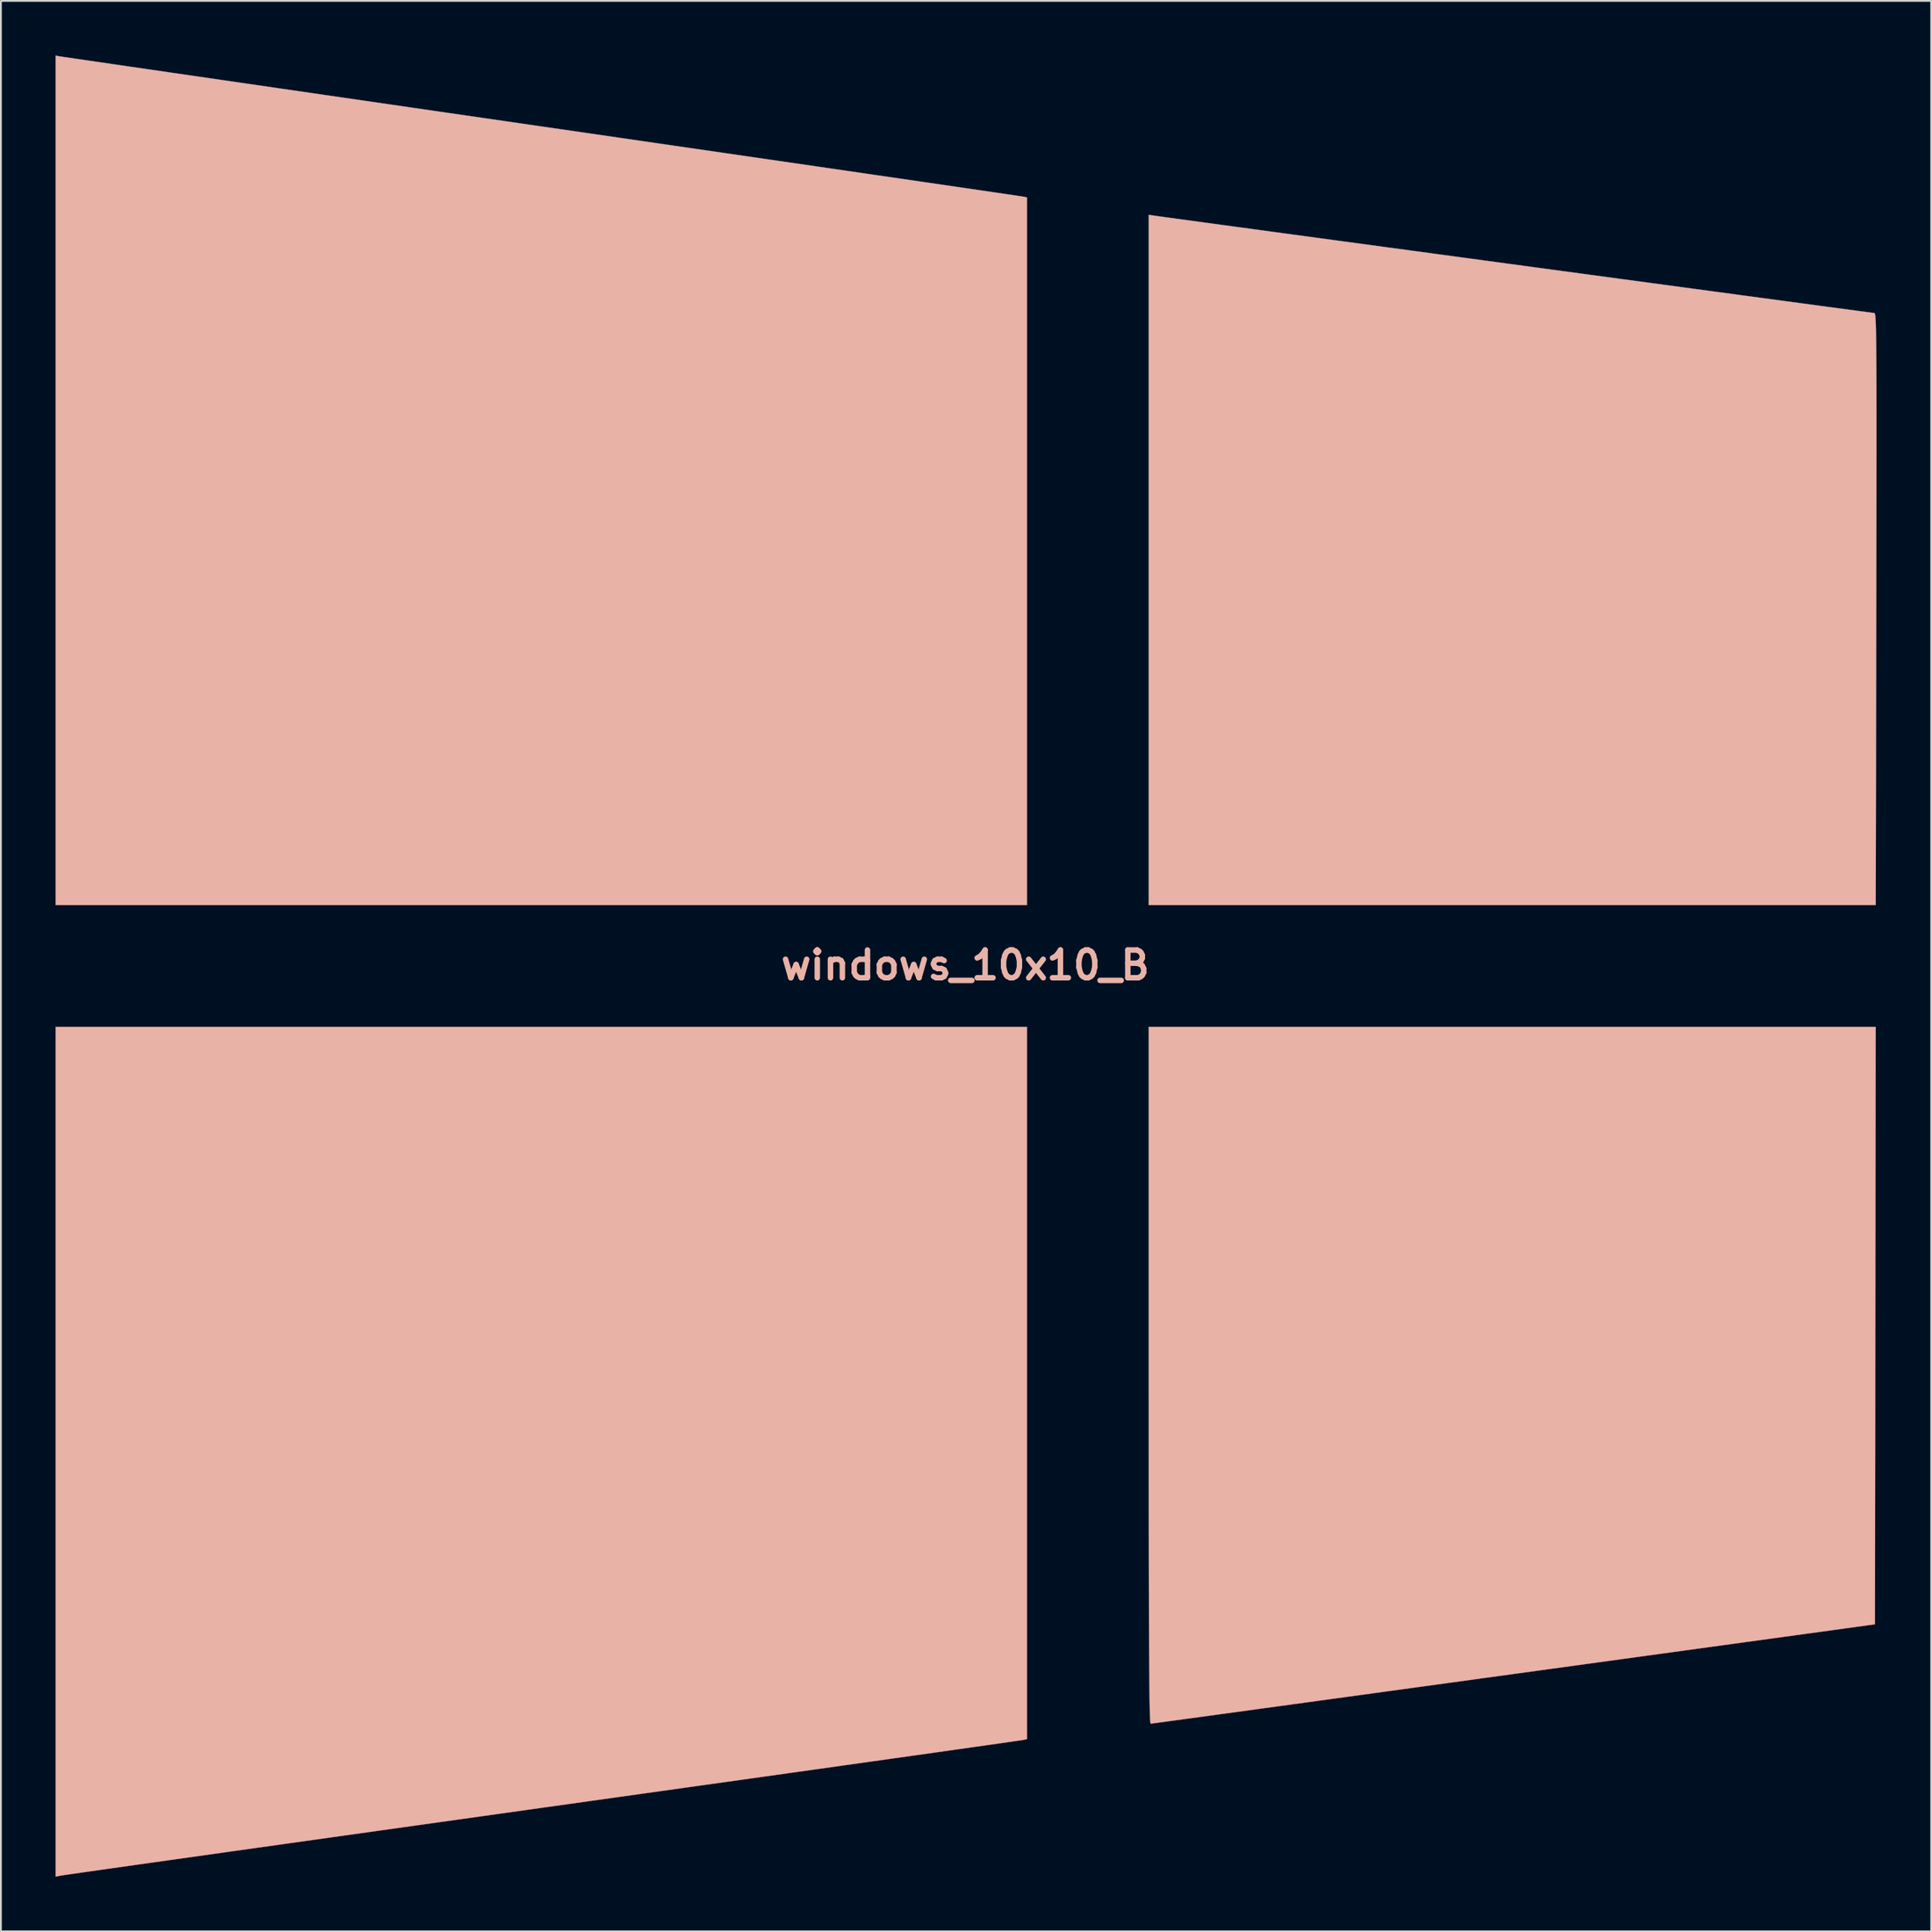
<source format=kicad_pcb>
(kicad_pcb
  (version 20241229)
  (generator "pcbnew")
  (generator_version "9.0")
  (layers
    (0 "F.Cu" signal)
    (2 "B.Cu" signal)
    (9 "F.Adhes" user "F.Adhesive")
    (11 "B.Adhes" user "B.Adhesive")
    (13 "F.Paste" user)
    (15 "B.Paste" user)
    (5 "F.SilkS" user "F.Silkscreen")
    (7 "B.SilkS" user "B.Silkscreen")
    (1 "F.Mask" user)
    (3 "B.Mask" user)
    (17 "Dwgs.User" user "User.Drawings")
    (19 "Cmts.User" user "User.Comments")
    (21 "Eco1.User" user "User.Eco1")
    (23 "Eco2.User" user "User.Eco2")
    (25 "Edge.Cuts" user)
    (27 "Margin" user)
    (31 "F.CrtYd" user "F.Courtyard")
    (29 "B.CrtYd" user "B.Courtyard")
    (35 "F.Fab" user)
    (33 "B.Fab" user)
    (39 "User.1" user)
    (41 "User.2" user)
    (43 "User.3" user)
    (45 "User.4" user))
  (footprint "windows_10x10_B"
    (layer "F.Cu")
    (at 49.958 49.954)
    (property "Reference" "windows_10x10_B" (at 0 0 0) (layer "B.SilkS") (effects (font (size 1.524 1.524) (thickness 0.3))))
    (attr through_hole)
    (fp_poly (pts (xy 49.975 19.791) (xy 49.954 36.195) (xy 30.121 38.921) (xy 28.307 39.17) (xy 26.538 39.413) (xy 24.82 39.649) (xy 23.16 39.877) (xy 21.566 40.096) (xy 20.045 40.304) (xy 18.605 40.502) (xy 17.252 40.687) (xy 15.995 40.859) (xy 14.841 41.017) (xy 13.796 41.16) (xy 12.869 41.287) (xy 12.066 41.396) (xy 11.396 41.488) (xy 10.865 41.56) (xy 10.48 41.612) (xy 10.25 41.643) (xy 10.181 41.651) (xy 10.169 41.622) (xy 10.158 41.529) (xy 10.147 41.368) (xy 10.138 41.132) (xy 10.129 40.816) (xy 10.121 40.414) (xy 10.114 39.921) (xy 10.108 39.332) (xy 10.102 38.64) (xy 10.097 37.84) (xy 10.092 36.927) (xy 10.088 35.895) (xy 10.085 34.739) (xy 10.082 33.452) (xy 10.08 32.03) (xy 10.078 30.467) (xy 10.077 28.757) (xy 10.076 26.895) (xy 10.076 24.875) (xy 10.075 22.692) (xy 10.075 22.521) (xy 10.075 3.387) (xy 30.035 3.387) (xy 49.996 3.387) (xy 49.975 19.791)) (stroke (width 0.01) (type solid)) (fill yes) (layer "B.SilkS"))
    (fp_poly (pts (xy -49.721 -49.907) (xy -49.619 -49.892) (xy -49.356 -49.853) (xy -48.939 -49.792) (xy -48.373 -49.709) (xy -47.666 -49.606) (xy -46.823 -49.483) (xy -45.851 -49.341) (xy -44.756 -49.182) (xy -43.544 -49.005) (xy -42.223 -48.813) (xy -40.799 -48.606) (xy -39.277 -48.385) (xy -37.665 -48.15) (xy -35.969 -47.904) (xy -34.195 -47.646) (xy -32.349 -47.378) (xy -30.439 -47.1) (xy -28.47 -46.814) (xy -26.449 -46.521) (xy -24.382 -46.221) (xy -23.241 -46.055) (xy -21.152 -45.752) (xy -19.106 -45.455) (xy -17.109 -45.164) (xy -15.167 -44.882) (xy -13.287 -44.609) (xy -11.475 -44.345) (xy -9.737 -44.093) (xy -8.08 -43.852) (xy -6.511 -43.623) (xy -5.035 -43.408) (xy -3.659 -43.208) (xy -2.39 -43.023) (xy -1.234 -42.854) (xy -0.197 -42.702) (xy 0.715 -42.569) (xy 1.494 -42.455) (xy 2.135 -42.361) (xy 2.631 -42.288) (xy 2.976 -42.237) (xy 3.163 -42.208) (xy 3.196 -42.203) (xy 3.387 -42.161) (xy 3.387 -3.302) (xy -49.953 -3.302) (xy -49.953 -49.949) (xy -49.721 -49.907)) (stroke (width 0.01) (type solid)) (fill yes) (layer "B.SilkS"))
    (fp_poly (pts (xy 3.387 22.943) (xy 3.387 42.499) (xy 3.196 42.542) (xy 3.093 42.558) (xy 2.831 42.597) (xy 2.419 42.656) (xy 1.865 42.736) (xy 1.177 42.833) (xy 0.365 42.949) (xy -0.563 43.08) (xy -1.599 43.227) (xy -2.734 43.387) (xy -3.959 43.56) (xy -5.266 43.744) (xy -6.645 43.938) (xy -8.089 44.142) (xy -9.589 44.352) (xy -11.137 44.57) (xy -11.769 44.659) (xy -14.853 45.091) (xy -17.774 45.501) (xy -20.536 45.889) (xy -23.142 46.255) (xy -25.597 46.6) (xy -27.904 46.924) (xy -30.068 47.227) (xy -32.094 47.512) (xy -33.984 47.777) (xy -35.743 48.025) (xy -37.375 48.254) (xy -38.885 48.466) (xy -40.276 48.662) (xy -41.552 48.842) (xy -42.718 49.006) (xy -43.777 49.155) (xy -44.734 49.29) (xy -45.593 49.411) (xy -46.357 49.52) (xy -47.032 49.615) (xy -47.62 49.699) (xy -48.127 49.771) (xy -48.555 49.832) (xy -48.91 49.883) (xy -49.195 49.924) (xy -49.415 49.956) (xy -49.573 49.98) (xy -49.674 49.995) (xy -49.721 50.003) (xy -49.953 50.051) (xy -49.953 3.387) (xy 3.387 3.387) (xy 3.387 22.943)) (stroke (width 0.01) (type solid)) (fill yes) (layer "B.SilkS"))
    (fp_poly (pts (xy 10.266 -41.178) (xy 10.388 -41.16) (xy 10.668 -41.121) (xy 11.096 -41.062) (xy 11.663 -40.984) (xy 12.361 -40.889) (xy 13.179 -40.777) (xy 14.111 -40.65) (xy 15.145 -40.51) (xy 16.274 -40.356) (xy 17.489 -40.191) (xy 18.78 -40.016) (xy 20.139 -39.832) (xy 21.557 -39.64) (xy 23.024 -39.441) (xy 24.532 -39.237) (xy 26.072 -39.028) (xy 27.635 -38.817) (xy 29.211 -38.603) (xy 30.793 -38.389) (xy 32.371 -38.176) (xy 33.936 -37.964) (xy 35.479 -37.756) (xy 36.991 -37.552) (xy 38.463 -37.353) (xy 39.887 -37.161) (xy 41.253 -36.976) (xy 42.552 -36.801) (xy 43.776 -36.636) (xy 44.915 -36.483) (xy 45.96 -36.342) (xy 46.904 -36.215) (xy 47.736 -36.104) (xy 48.447 -36.009) (xy 49.029 -35.931) (xy 49.473 -35.872) (xy 49.77 -35.833) (xy 49.911 -35.815) (xy 49.921 -35.814) (xy 49.938 -35.804) (xy 49.952 -35.768) (xy 49.966 -35.701) (xy 49.978 -35.594) (xy 49.989 -35.441) (xy 49.999 -35.236) (xy 50.007 -34.97) (xy 50.014 -34.638) (xy 50.021 -34.232) (xy 50.026 -33.745) (xy 50.03 -33.17) (xy 50.034 -32.501) (xy 50.036 -31.731) (xy 50.038 -30.851) (xy 50.039 -29.857) (xy 50.039 -28.74) (xy 50.038 -27.494) (xy 50.037 -26.111) (xy 50.035 -24.586) (xy 50.032 -22.91) (xy 50.029 -21.077) (xy 50.027 -19.558) (xy 49.997 -3.302) (xy 10.075 -3.302) (xy 10.075 -41.209) (xy 10.266 -41.178)) (stroke (width 0.01) (type solid)) (fill yes) (layer "B.SilkS")))
  (gr_rect
    (start -3 -3)
    (end 103.002 103.011)
    (stroke (width 0.1) (type default))
    (fill no)
    (layer "Edge.Cuts")))
</source>
